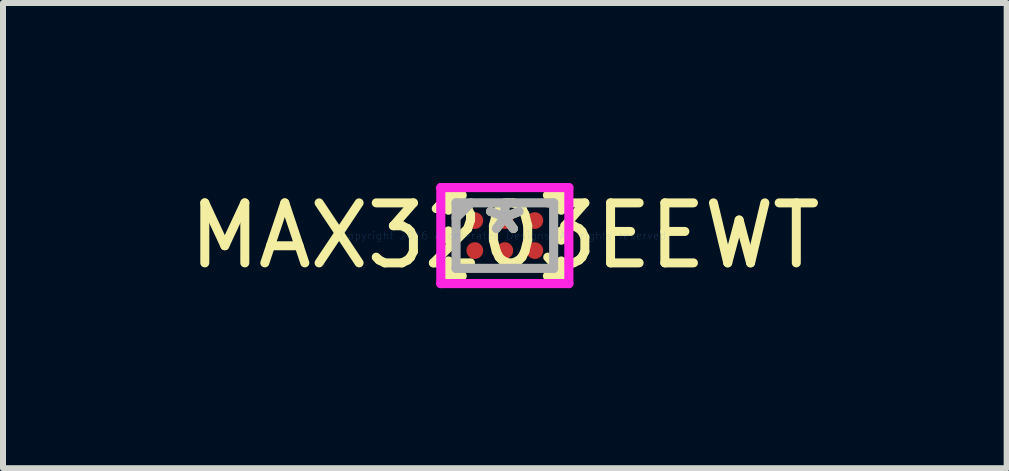
<source format=kicad_pcb>
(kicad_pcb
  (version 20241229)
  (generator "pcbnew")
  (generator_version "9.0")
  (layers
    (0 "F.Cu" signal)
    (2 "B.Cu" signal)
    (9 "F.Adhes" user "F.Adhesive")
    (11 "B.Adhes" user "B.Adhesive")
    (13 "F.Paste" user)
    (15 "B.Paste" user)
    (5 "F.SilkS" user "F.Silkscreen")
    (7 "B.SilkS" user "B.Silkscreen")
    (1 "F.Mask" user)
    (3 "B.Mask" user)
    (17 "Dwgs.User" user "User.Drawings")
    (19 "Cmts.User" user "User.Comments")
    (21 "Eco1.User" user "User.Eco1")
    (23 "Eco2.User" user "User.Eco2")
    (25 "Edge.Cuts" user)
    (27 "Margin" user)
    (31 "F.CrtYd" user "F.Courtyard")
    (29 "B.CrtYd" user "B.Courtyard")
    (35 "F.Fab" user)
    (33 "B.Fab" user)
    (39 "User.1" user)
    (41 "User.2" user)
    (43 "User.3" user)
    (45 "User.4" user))
  (footprint "MAX3203EEWT"
    (layer "F.Cu")
    (at 5.363 0.876)
    (property "Reference" "MAX3203EEWT" (at 0 0 0) (layer "F.SilkS") (effects (font (size 1 1) (thickness 0.15))))
    (attr through_hole)
    (fp_line (start -0.94 -0.673) (end -0.94 -0.423) (stroke (width 0.152) (type solid)) (layer "F.SilkS"))
    (fp_line (start -0.94 -0.077) (end -0.94 0.077) (stroke (width 0.152) (type solid)) (layer "F.SilkS"))
    (fp_line (start -0.94 0.423) (end -0.94 0.673) (stroke (width 0.152) (type solid)) (layer "F.SilkS"))
    (fp_line (start -0.94 0.673) (end -0.71 0.673) (stroke (width 0.152) (type solid)) (layer "F.SilkS"))
    (fp_line (start -0.71 -0.673) (end -0.94 -0.673) (stroke (width 0.152) (type solid)) (layer "F.SilkS"))
    (fp_line (start 0.71 0.673) (end 0.94 0.673) (stroke (width 0.152) (type solid)) (layer "F.SilkS"))
    (fp_line (start 0.94 -0.673) (end 0.71 -0.673) (stroke (width 0.152) (type solid)) (layer "F.SilkS"))
    (fp_line (start 0.94 -0.423) (end 0.94 -0.673) (stroke (width 0.152) (type solid)) (layer "F.SilkS"))
    (fp_line (start 0.94 0.077) (end 0.94 -0.077) (stroke (width 0.152) (type solid)) (layer "F.SilkS"))
    (fp_line (start 0.94 0.673) (end 0.94 0.423) (stroke (width 0.152) (type solid)) (layer "F.SilkS"))
    (fp_line (start -1.067 -0.8) (end 1.067 -0.8) (stroke (width 0.152) (type solid)) (layer "F.CrtYd"))
    (fp_line (start -1.067 0.8) (end -1.067 -0.8) (stroke (width 0.152) (type solid)) (layer "F.CrtYd"))
    (fp_line (start 1.067 -0.8) (end 1.067 0.8) (stroke (width 0.152) (type solid)) (layer "F.CrtYd"))
    (fp_line (start 1.067 0.8) (end -1.067 0.8) (stroke (width 0.152) (type solid)) (layer "F.CrtYd"))
    (fp_line (start -0.813 -0.546) (end -0.813 0.546) (stroke (width 0.152) (type solid)) (layer "F.Fab"))
    (fp_line (start -0.813 0.546) (end 0.813 0.546) (stroke (width 0.152) (type solid)) (layer "F.Fab"))
    (fp_line (start -0.563 -0.546) (end -0.813 -0.296) (stroke (width 0.152) (type solid)) (layer "F.Fab"))
    (fp_line (start 0.813 -0.546) (end -0.813 -0.546) (stroke (width 0.152) (type solid)) (layer "F.Fab"))
    (fp_line (start 0.813 0.546) (end 0.813 -0.546) (stroke (width 0.152) (type solid)) (layer "F.Fab"))
    (fp_text user "*" (at 0 0 0) (layer "F.SilkS") (effects (font (size 1 1) (thickness 0.15))))
    (fp_text user "Copyright 2016 Accelerated Designs. All rights reserved." (at 0 0 0) (layer "Cmts.User") (effects (font (size 0.127 0.127) (thickness 0.002))))
    (fp_text user "*" (at 0 0 0) (layer "F.Fab") (effects (font (size 1 1) (thickness 0.15))))
    (pad "A1" smd circle (at -0.5 -0.25) (size 0.279 0.279) (layers "F.Cu" "F.Mask" "F.Paste"))
    (pad "A2" smd circle (at 0 -0.25) (size 0.279 0.279) (layers "F.Cu" "F.Mask" "F.Paste"))
    (pad "A3" smd circle (at 0.5 -0.25) (size 0.279 0.279) (layers "F.Cu" "F.Mask" "F.Paste"))
    (pad "B1" smd circle (at -0.5 0.25) (size 0.279 0.279) (layers "F.Cu" "F.Mask" "F.Paste"))
    (pad "B2" smd circle (at 0 0.25) (size 0.279 0.279) (layers "F.Cu" "F.Mask" "F.Paste"))
    (pad "B3" smd circle (at 0.5 0.25) (size 0.279 0.279) (layers "F.Cu" "F.Mask" "F.Paste")))
  (gr_rect
    (start -3 -3)
    (end 13.726 4.753)
    (stroke (width 0.1) (type default))
    (fill no)
    (layer "Edge.Cuts")))
</source>
